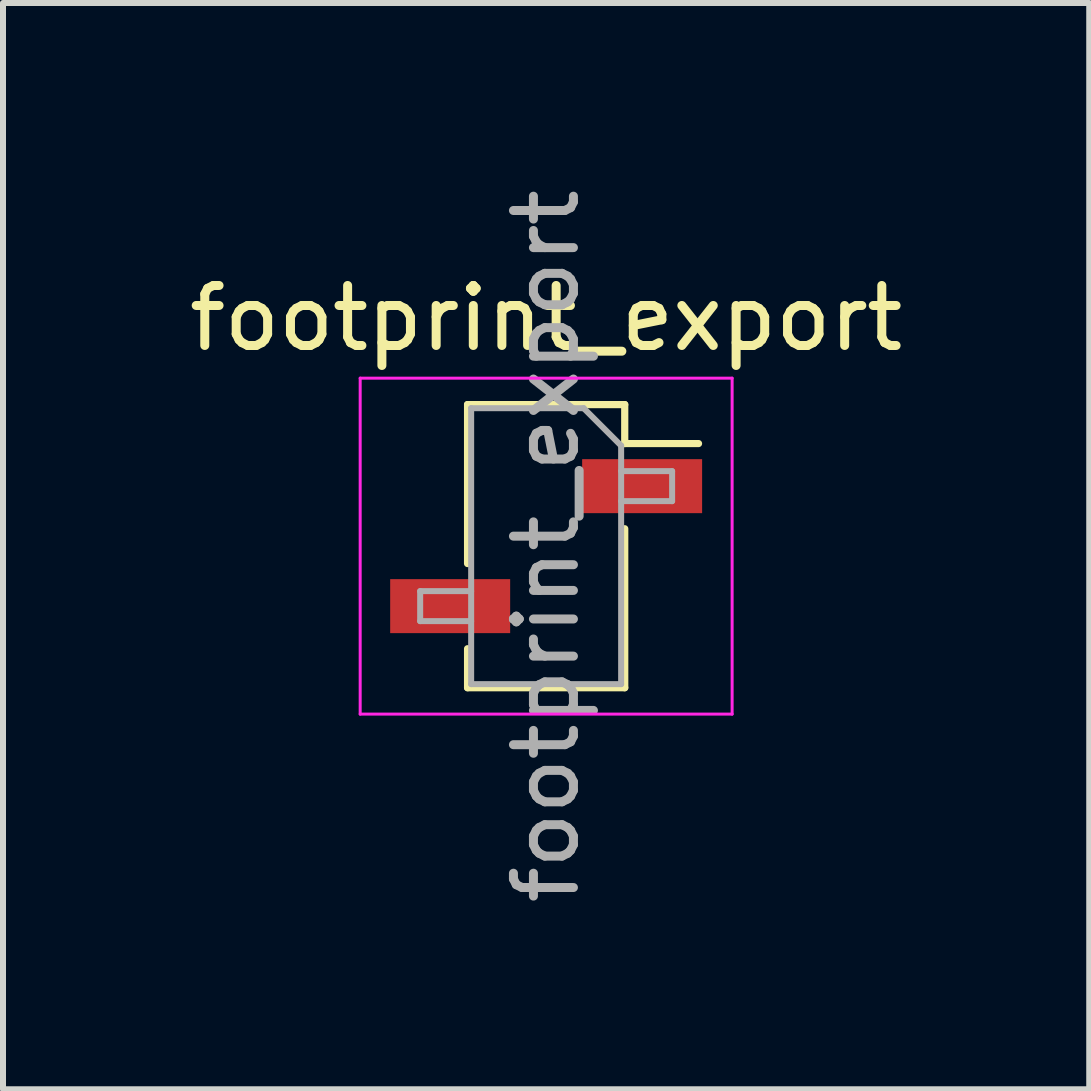
<source format=kicad_pcb>
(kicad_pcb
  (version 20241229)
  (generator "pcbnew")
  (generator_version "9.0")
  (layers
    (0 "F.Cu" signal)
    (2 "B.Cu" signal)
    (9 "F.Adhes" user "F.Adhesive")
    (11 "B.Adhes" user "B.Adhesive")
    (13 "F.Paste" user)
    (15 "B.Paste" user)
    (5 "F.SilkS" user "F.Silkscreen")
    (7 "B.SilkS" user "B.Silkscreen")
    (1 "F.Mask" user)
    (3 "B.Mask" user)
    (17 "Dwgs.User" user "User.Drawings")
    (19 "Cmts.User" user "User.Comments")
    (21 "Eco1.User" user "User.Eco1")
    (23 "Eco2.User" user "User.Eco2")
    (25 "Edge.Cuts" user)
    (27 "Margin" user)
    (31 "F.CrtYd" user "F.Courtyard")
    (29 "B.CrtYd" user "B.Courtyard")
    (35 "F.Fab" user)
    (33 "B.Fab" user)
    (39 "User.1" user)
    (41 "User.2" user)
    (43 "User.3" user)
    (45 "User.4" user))
  (footprint "footprint_export"
    (layer "F.Cu")
    (at 6.054 6.054)
    (property "Reference" "footprint_export" (at 0 -3.8 0) (layer "F.SilkS") (effects (font (size 1 1) (thickness 0.15))))
    (attr smd)
    (fp_line (start -1.31 -2.36) (end -1.31 0.29) (stroke (width 0.12) (type solid)) (layer "F.SilkS"))
    (fp_line (start -1.31 -2.36) (end 1.31 -2.36) (stroke (width 0.12) (type solid)) (layer "F.SilkS"))
    (fp_line (start -1.31 1.71) (end -1.31 2.36) (stroke (width 0.12) (type solid)) (layer "F.SilkS"))
    (fp_line (start -1.31 2.36) (end 1.31 2.36) (stroke (width 0.12) (type solid)) (layer "F.SilkS"))
    (fp_line (start 1.31 -2.36) (end 1.31 -1.71) (stroke (width 0.12) (type solid)) (layer "F.SilkS"))
    (fp_line (start 1.31 -1.71) (end 2.54 -1.71) (stroke (width 0.12) (type solid)) (layer "F.SilkS"))
    (fp_line (start 1.31 -0.29) (end 1.31 2.36) (stroke (width 0.12) (type solid)) (layer "F.SilkS"))
    (fp_line (start -3.1 -2.8) (end 3.1 -2.8) (stroke (width 0.05) (type solid)) (layer "F.CrtYd"))
    (fp_line (start -3.1 2.8) (end -3.1 -2.8) (stroke (width 0.05) (type solid)) (layer "F.CrtYd"))
    (fp_line (start 3.1 -2.8) (end 3.1 2.8) (stroke (width 0.05) (type solid)) (layer "F.CrtYd"))
    (fp_line (start 3.1 2.8) (end -3.1 2.8) (stroke (width 0.05) (type solid)) (layer "F.CrtYd"))
    (fp_line (start -2.1 0.75) (end -1.25 0.75) (stroke (width 0.1) (type solid)) (layer "F.Fab"))
    (fp_line (start -2.1 1.25) (end -2.1 0.75) (stroke (width 0.1) (type solid)) (layer "F.Fab"))
    (fp_line (start -1.25 -2.3) (end 0.625 -2.3) (stroke (width 0.1) (type solid)) (layer "F.Fab"))
    (fp_line (start -1.25 1.25) (end -2.1 1.25) (stroke (width 0.1) (type solid)) (layer "F.Fab"))
    (fp_line (start -1.25 2.3) (end -1.25 -2.3) (stroke (width 0.1) (type solid)) (layer "F.Fab"))
    (fp_line (start 0.625 -2.3) (end 1.25 -1.675) (stroke (width 0.1) (type solid)) (layer "F.Fab"))
    (fp_line (start 1.25 -1.675) (end 1.25 2.3) (stroke (width 0.1) (type solid)) (layer "F.Fab"))
    (fp_line (start 1.25 -1.25) (end 2.1 -1.25) (stroke (width 0.1) (type solid)) (layer "F.Fab"))
    (fp_line (start 1.25 2.3) (end -1.25 2.3) (stroke (width 0.1) (type solid)) (layer "F.Fab"))
    (fp_line (start 2.1 -1.25) (end 2.1 -0.75) (stroke (width 0.1) (type solid)) (layer "F.Fab"))
    (fp_line (start 2.1 -0.75) (end 1.25 -0.75) (stroke (width 0.1) (type solid)) (layer "F.Fab"))
    (fp_text user "${REFERENCE}" (at 0 0 90) (layer "F.Fab") (effects (font (size 1 1) (thickness 0.15))))
    (pad "1" smd rect (at 1.6 -1) (size 2 0.9) (layers "F.Cu" "F.Mask" "F.Paste"))
    (pad "2" smd rect (at -1.6 1) (size 2 0.9) (layers "F.Cu" "F.Mask" "F.Paste")))
  (gr_rect
    (start -3 -3)
    (end 15.107 15.107)
    (stroke (width 0.1) (type default))
    (fill no)
    (layer "Edge.Cuts")))
</source>
